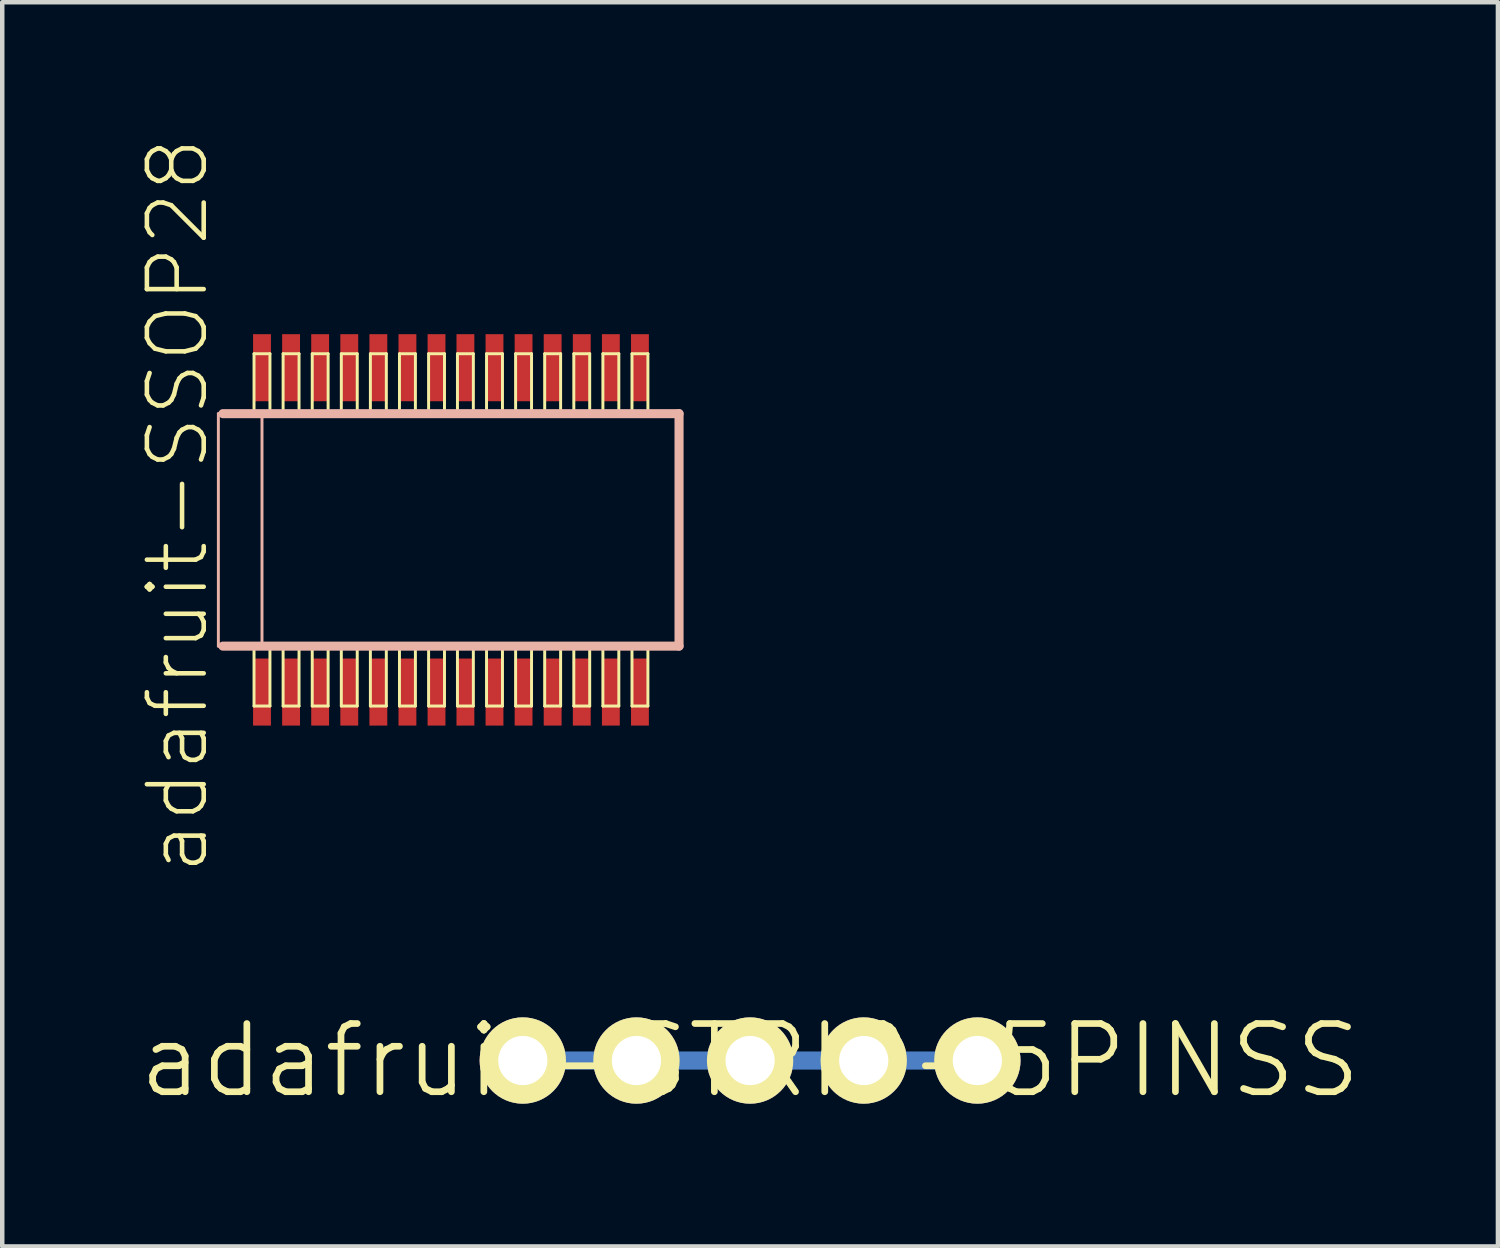
<source format=kicad_pcb>
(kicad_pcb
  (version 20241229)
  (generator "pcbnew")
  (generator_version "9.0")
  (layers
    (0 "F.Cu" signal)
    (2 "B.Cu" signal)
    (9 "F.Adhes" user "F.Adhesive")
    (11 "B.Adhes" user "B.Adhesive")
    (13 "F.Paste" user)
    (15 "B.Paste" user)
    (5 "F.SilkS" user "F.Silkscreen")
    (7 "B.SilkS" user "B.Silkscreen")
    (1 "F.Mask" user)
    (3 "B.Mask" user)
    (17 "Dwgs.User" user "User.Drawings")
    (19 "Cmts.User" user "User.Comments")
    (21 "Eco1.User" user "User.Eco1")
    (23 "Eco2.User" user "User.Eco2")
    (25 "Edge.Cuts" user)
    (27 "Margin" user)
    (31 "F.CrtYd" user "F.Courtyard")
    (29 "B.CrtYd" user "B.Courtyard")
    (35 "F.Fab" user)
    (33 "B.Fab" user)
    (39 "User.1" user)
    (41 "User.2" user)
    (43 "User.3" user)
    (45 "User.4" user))
  (footprint "adafruit-STRIP-5PINSS"
    (layer "F.Cu")
    (at 13.716 20.655)
    (property "Reference" "adafruit-STRIP-5PINSS" (at 0 0 0) (layer "F.SilkS") (effects (font (size 1.524 1.524) (thickness 0.15))))
    (attr exclude_from_pos_files exclude_from_bom)
    (fp_line (start -5.08 0) (end 5.08 0) (stroke (width 0.406) (type solid)) (layer "B.Cu"))
    (pad "P$1" thru_hole circle (at 0 0) (size 1.93 1.93) (drill 1.1) (layers "*.Cu" "F.Mask" "F.SilkS" "F.Paste"))
    (pad "P$2" thru_hole circle (at -2.54 0) (size 1.93 1.93) (drill 1.1) (layers "*.Cu" "F.Mask" "F.SilkS" "F.Paste"))
    (pad "P$3" thru_hole circle (at -5.08 0) (size 1.93 1.93) (drill 1.1) (layers "*.Cu" "F.Mask" "F.SilkS" "F.Paste"))
    (pad "P$4" thru_hole circle (at 5.08 0) (size 1.93 1.93) (drill 1.1) (layers "*.Cu" "F.Mask" "F.SilkS" "F.Paste"))
    (pad "P$5" thru_hole circle (at 2.54 0) (size 1.93 1.93) (drill 1.1) (layers "*.Cu" "F.Mask" "F.SilkS" "F.Paste")))
  (footprint "adafruit-SSOP28"
    (layer "F.Cu")
    (at 7.03 8.794)
    (property "Reference" "adafruit-SSOP28" (at -6.109 -0.544 90) (layer "F.SilkS") (effects (font (size 1.27 1.27) (thickness 0.102))))
    (attr smd)
    (fp_line (start -4.402 -3.937) (end -4.046 -3.937) (stroke (width 0.066) (type solid)) (layer "F.SilkS"))
    (fp_line (start -4.402 -2.642) (end -4.402 -3.937) (stroke (width 0.066) (type solid)) (layer "F.SilkS"))
    (fp_line (start -4.402 -2.642) (end -4.046 -2.642) (stroke (width 0.066) (type solid)) (layer "F.SilkS"))
    (fp_line (start -4.402 2.642) (end -4.046 2.642) (stroke (width 0.066) (type solid)) (layer "F.SilkS"))
    (fp_line (start -4.402 3.937) (end -4.402 2.642) (stroke (width 0.066) (type solid)) (layer "F.SilkS"))
    (fp_line (start -4.402 3.937) (end -4.046 3.937) (stroke (width 0.066) (type solid)) (layer "F.SilkS"))
    (fp_line (start -4.046 -2.642) (end -4.046 -3.937) (stroke (width 0.066) (type solid)) (layer "F.SilkS"))
    (fp_line (start -4.046 3.937) (end -4.046 2.642) (stroke (width 0.066) (type solid)) (layer "F.SilkS"))
    (fp_line (start -3.752 -3.937) (end -3.396 -3.937) (stroke (width 0.066) (type solid)) (layer "F.SilkS"))
    (fp_line (start -3.752 -2.642) (end -3.752 -3.937) (stroke (width 0.066) (type solid)) (layer "F.SilkS"))
    (fp_line (start -3.752 -2.642) (end -3.396 -2.642) (stroke (width 0.066) (type solid)) (layer "F.SilkS"))
    (fp_line (start -3.752 2.642) (end -3.396 2.642) (stroke (width 0.066) (type solid)) (layer "F.SilkS"))
    (fp_line (start -3.752 3.937) (end -3.752 2.642) (stroke (width 0.066) (type solid)) (layer "F.SilkS"))
    (fp_line (start -3.752 3.937) (end -3.396 3.937) (stroke (width 0.066) (type solid)) (layer "F.SilkS"))
    (fp_line (start -3.396 -2.642) (end -3.396 -3.937) (stroke (width 0.066) (type solid)) (layer "F.SilkS"))
    (fp_line (start -3.396 3.937) (end -3.396 2.642) (stroke (width 0.066) (type solid)) (layer "F.SilkS"))
    (fp_line (start -3.101 -3.937) (end -2.746 -3.937) (stroke (width 0.066) (type solid)) (layer "F.SilkS"))
    (fp_line (start -3.101 -2.642) (end -3.101 -3.937) (stroke (width 0.066) (type solid)) (layer "F.SilkS"))
    (fp_line (start -3.101 -2.642) (end -2.746 -2.642) (stroke (width 0.066) (type solid)) (layer "F.SilkS"))
    (fp_line (start -3.101 2.642) (end -2.746 2.642) (stroke (width 0.066) (type solid)) (layer "F.SilkS"))
    (fp_line (start -3.101 3.937) (end -3.101 2.642) (stroke (width 0.066) (type solid)) (layer "F.SilkS"))
    (fp_line (start -3.101 3.937) (end -2.746 3.937) (stroke (width 0.066) (type solid)) (layer "F.SilkS"))
    (fp_line (start -2.746 -2.642) (end -2.746 -3.937) (stroke (width 0.066) (type solid)) (layer "F.SilkS"))
    (fp_line (start -2.746 3.937) (end -2.746 2.642) (stroke (width 0.066) (type solid)) (layer "F.SilkS"))
    (fp_line (start -2.451 -3.937) (end -2.095 -3.937) (stroke (width 0.066) (type solid)) (layer "F.SilkS"))
    (fp_line (start -2.451 -2.642) (end -2.451 -3.937) (stroke (width 0.066) (type solid)) (layer "F.SilkS"))
    (fp_line (start -2.451 -2.642) (end -2.095 -2.642) (stroke (width 0.066) (type solid)) (layer "F.SilkS"))
    (fp_line (start -2.451 2.642) (end -2.095 2.642) (stroke (width 0.066) (type solid)) (layer "F.SilkS"))
    (fp_line (start -2.451 3.937) (end -2.451 2.642) (stroke (width 0.066) (type solid)) (layer "F.SilkS"))
    (fp_line (start -2.451 3.937) (end -2.095 3.937) (stroke (width 0.066) (type solid)) (layer "F.SilkS"))
    (fp_line (start -2.095 -2.642) (end -2.095 -3.937) (stroke (width 0.066) (type solid)) (layer "F.SilkS"))
    (fp_line (start -2.095 3.937) (end -2.095 2.642) (stroke (width 0.066) (type solid)) (layer "F.SilkS"))
    (fp_line (start -1.801 -3.937) (end -1.445 -3.937) (stroke (width 0.066) (type solid)) (layer "F.SilkS"))
    (fp_line (start -1.801 -2.642) (end -1.801 -3.937) (stroke (width 0.066) (type solid)) (layer "F.SilkS"))
    (fp_line (start -1.801 -2.642) (end -1.445 -2.642) (stroke (width 0.066) (type solid)) (layer "F.SilkS"))
    (fp_line (start -1.801 2.642) (end -1.445 2.642) (stroke (width 0.066) (type solid)) (layer "F.SilkS"))
    (fp_line (start -1.801 3.937) (end -1.801 2.642) (stroke (width 0.066) (type solid)) (layer "F.SilkS"))
    (fp_line (start -1.801 3.937) (end -1.445 3.937) (stroke (width 0.066) (type solid)) (layer "F.SilkS"))
    (fp_line (start -1.445 -2.642) (end -1.445 -3.937) (stroke (width 0.066) (type solid)) (layer "F.SilkS"))
    (fp_line (start -1.445 3.937) (end -1.445 2.642) (stroke (width 0.066) (type solid)) (layer "F.SilkS"))
    (fp_line (start -1.151 -3.937) (end -0.795 -3.937) (stroke (width 0.066) (type solid)) (layer "F.SilkS"))
    (fp_line (start -1.151 -2.642) (end -1.151 -3.937) (stroke (width 0.066) (type solid)) (layer "F.SilkS"))
    (fp_line (start -1.151 -2.642) (end -0.795 -2.642) (stroke (width 0.066) (type solid)) (layer "F.SilkS"))
    (fp_line (start -1.151 2.642) (end -0.795 2.642) (stroke (width 0.066) (type solid)) (layer "F.SilkS"))
    (fp_line (start -1.151 3.937) (end -1.151 2.642) (stroke (width 0.066) (type solid)) (layer "F.SilkS"))
    (fp_line (start -1.151 3.937) (end -0.795 3.937) (stroke (width 0.066) (type solid)) (layer "F.SilkS"))
    (fp_line (start -0.795 -2.642) (end -0.795 -3.937) (stroke (width 0.066) (type solid)) (layer "F.SilkS"))
    (fp_line (start -0.795 3.937) (end -0.795 2.642) (stroke (width 0.066) (type solid)) (layer "F.SilkS"))
    (fp_line (start -0.5 -3.937) (end -0.145 -3.937) (stroke (width 0.066) (type solid)) (layer "F.SilkS"))
    (fp_line (start -0.5 -2.642) (end -0.5 -3.937) (stroke (width 0.066) (type solid)) (layer "F.SilkS"))
    (fp_line (start -0.5 -2.642) (end -0.145 -2.642) (stroke (width 0.066) (type solid)) (layer "F.SilkS"))
    (fp_line (start -0.5 2.642) (end -0.145 2.642) (stroke (width 0.066) (type solid)) (layer "F.SilkS"))
    (fp_line (start -0.5 3.937) (end -0.5 2.642) (stroke (width 0.066) (type solid)) (layer "F.SilkS"))
    (fp_line (start -0.5 3.937) (end -0.145 3.937) (stroke (width 0.066) (type solid)) (layer "F.SilkS"))
    (fp_line (start -0.145 -2.642) (end -0.145 -3.937) (stroke (width 0.066) (type solid)) (layer "F.SilkS"))
    (fp_line (start -0.145 3.937) (end -0.145 2.642) (stroke (width 0.066) (type solid)) (layer "F.SilkS"))
    (fp_line (start 0.145 -3.937) (end 0.5 -3.937) (stroke (width 0.066) (type solid)) (layer "F.SilkS"))
    (fp_line (start 0.145 -2.642) (end 0.145 -3.937) (stroke (width 0.066) (type solid)) (layer "F.SilkS"))
    (fp_line (start 0.145 -2.642) (end 0.5 -2.642) (stroke (width 0.066) (type solid)) (layer "F.SilkS"))
    (fp_line (start 0.145 2.642) (end 0.5 2.642) (stroke (width 0.066) (type solid)) (layer "F.SilkS"))
    (fp_line (start 0.145 3.937) (end 0.145 2.642) (stroke (width 0.066) (type solid)) (layer "F.SilkS"))
    (fp_line (start 0.145 3.937) (end 0.5 3.937) (stroke (width 0.066) (type solid)) (layer "F.SilkS"))
    (fp_line (start 0.5 -2.642) (end 0.5 -3.937) (stroke (width 0.066) (type solid)) (layer "F.SilkS"))
    (fp_line (start 0.5 3.937) (end 0.5 2.642) (stroke (width 0.066) (type solid)) (layer "F.SilkS"))
    (fp_line (start 0.795 -3.937) (end 1.151 -3.937) (stroke (width 0.066) (type solid)) (layer "F.SilkS"))
    (fp_line (start 0.795 -2.642) (end 0.795 -3.937) (stroke (width 0.066) (type solid)) (layer "F.SilkS"))
    (fp_line (start 0.795 -2.642) (end 1.151 -2.642) (stroke (width 0.066) (type solid)) (layer "F.SilkS"))
    (fp_line (start 0.795 2.642) (end 1.151 2.642) (stroke (width 0.066) (type solid)) (layer "F.SilkS"))
    (fp_line (start 0.795 3.937) (end 0.795 2.642) (stroke (width 0.066) (type solid)) (layer "F.SilkS"))
    (fp_line (start 0.795 3.937) (end 1.151 3.937) (stroke (width 0.066) (type solid)) (layer "F.SilkS"))
    (fp_line (start 1.151 -2.642) (end 1.151 -3.937) (stroke (width 0.066) (type solid)) (layer "F.SilkS"))
    (fp_line (start 1.151 3.937) (end 1.151 2.642) (stroke (width 0.066) (type solid)) (layer "F.SilkS"))
    (fp_line (start 1.445 -3.937) (end 1.801 -3.937) (stroke (width 0.066) (type solid)) (layer "F.SilkS"))
    (fp_line (start 1.445 -2.642) (end 1.445 -3.937) (stroke (width 0.066) (type solid)) (layer "F.SilkS"))
    (fp_line (start 1.445 -2.642) (end 1.801 -2.642) (stroke (width 0.066) (type solid)) (layer "F.SilkS"))
    (fp_line (start 1.445 2.642) (end 1.801 2.642) (stroke (width 0.066) (type solid)) (layer "F.SilkS"))
    (fp_line (start 1.445 3.937) (end 1.445 2.642) (stroke (width 0.066) (type solid)) (layer "F.SilkS"))
    (fp_line (start 1.445 3.937) (end 1.801 3.937) (stroke (width 0.066) (type solid)) (layer "F.SilkS"))
    (fp_line (start 1.801 -2.642) (end 1.801 -3.937) (stroke (width 0.066) (type solid)) (layer "F.SilkS"))
    (fp_line (start 1.801 3.937) (end 1.801 2.642) (stroke (width 0.066) (type solid)) (layer "F.SilkS"))
    (fp_line (start 2.095 -3.937) (end 2.451 -3.937) (stroke (width 0.066) (type solid)) (layer "F.SilkS"))
    (fp_line (start 2.095 -2.642) (end 2.095 -3.937) (stroke (width 0.066) (type solid)) (layer "F.SilkS"))
    (fp_line (start 2.095 -2.642) (end 2.451 -2.642) (stroke (width 0.066) (type solid)) (layer "F.SilkS"))
    (fp_line (start 2.095 2.642) (end 2.451 2.642) (stroke (width 0.066) (type solid)) (layer "F.SilkS"))
    (fp_line (start 2.095 3.937) (end 2.095 2.642) (stroke (width 0.066) (type solid)) (layer "F.SilkS"))
    (fp_line (start 2.095 3.937) (end 2.451 3.937) (stroke (width 0.066) (type solid)) (layer "F.SilkS"))
    (fp_line (start 2.451 -2.642) (end 2.451 -3.937) (stroke (width 0.066) (type solid)) (layer "F.SilkS"))
    (fp_line (start 2.451 3.937) (end 2.451 2.642) (stroke (width 0.066) (type solid)) (layer "F.SilkS"))
    (fp_line (start 2.746 -3.937) (end 3.101 -3.937) (stroke (width 0.066) (type solid)) (layer "F.SilkS"))
    (fp_line (start 2.746 -2.642) (end 2.746 -3.937) (stroke (width 0.066) (type solid)) (layer "F.SilkS"))
    (fp_line (start 2.746 -2.642) (end 3.101 -2.642) (stroke (width 0.066) (type solid)) (layer "F.SilkS"))
    (fp_line (start 2.746 2.642) (end 3.101 2.642) (stroke (width 0.066) (type solid)) (layer "F.SilkS"))
    (fp_line (start 2.746 3.937) (end 2.746 2.642) (stroke (width 0.066) (type solid)) (layer "F.SilkS"))
    (fp_line (start 2.746 3.937) (end 3.101 3.937) (stroke (width 0.066) (type solid)) (layer "F.SilkS"))
    (fp_line (start 3.101 -2.642) (end 3.101 -3.937) (stroke (width 0.066) (type solid)) (layer "F.SilkS"))
    (fp_line (start 3.101 3.937) (end 3.101 2.642) (stroke (width 0.066) (type solid)) (layer "F.SilkS"))
    (fp_line (start 3.396 -3.937) (end 3.752 -3.937) (stroke (width 0.066) (type solid)) (layer "F.SilkS"))
    (fp_line (start 3.396 -2.642) (end 3.396 -3.937) (stroke (width 0.066) (type solid)) (layer "F.SilkS"))
    (fp_line (start 3.396 -2.642) (end 3.752 -2.642) (stroke (width 0.066) (type solid)) (layer "F.SilkS"))
    (fp_line (start 3.396 2.642) (end 3.752 2.642) (stroke (width 0.066) (type solid)) (layer "F.SilkS"))
    (fp_line (start 3.396 3.937) (end 3.396 2.642) (stroke (width 0.066) (type solid)) (layer "F.SilkS"))
    (fp_line (start 3.396 3.937) (end 3.752 3.937) (stroke (width 0.066) (type solid)) (layer "F.SilkS"))
    (fp_line (start 3.752 -2.642) (end 3.752 -3.937) (stroke (width 0.066) (type solid)) (layer "F.SilkS"))
    (fp_line (start 3.752 3.937) (end 3.752 2.642) (stroke (width 0.066) (type solid)) (layer "F.SilkS"))
    (fp_line (start 4.046 -3.937) (end 4.402 -3.937) (stroke (width 0.066) (type solid)) (layer "F.SilkS"))
    (fp_line (start 4.046 -2.642) (end 4.046 -3.937) (stroke (width 0.066) (type solid)) (layer "F.SilkS"))
    (fp_line (start 4.046 -2.642) (end 4.402 -2.642) (stroke (width 0.066) (type solid)) (layer "F.SilkS"))
    (fp_line (start 4.046 2.642) (end 4.402 2.642) (stroke (width 0.066) (type solid)) (layer "F.SilkS"))
    (fp_line (start 4.046 3.937) (end 4.046 2.642) (stroke (width 0.066) (type solid)) (layer "F.SilkS"))
    (fp_line (start 4.046 3.937) (end 4.402 3.937) (stroke (width 0.066) (type solid)) (layer "F.SilkS"))
    (fp_line (start 4.402 -2.642) (end 4.402 -3.937) (stroke (width 0.066) (type solid)) (layer "F.SilkS"))
    (fp_line (start 4.402 3.937) (end 4.402 2.642) (stroke (width 0.066) (type solid)) (layer "F.SilkS"))
    (fp_line (start -5.199 -2.598) (end -4.224 -2.598) (stroke (width 0.066) (type solid)) (layer "B.SilkS"))
    (fp_line (start -5.199 2.598) (end -5.199 -2.598) (stroke (width 0.066) (type solid)) (layer "B.SilkS"))
    (fp_line (start -5.199 2.598) (end -4.224 2.598) (stroke (width 0.066) (type solid)) (layer "B.SilkS"))
    (fp_line (start -5.098 2.598) (end 5.098 2.598) (stroke (width 0.203) (type solid)) (layer "B.SilkS"))
    (fp_line (start -4.224 2.598) (end -4.224 -2.598) (stroke (width 0.066) (type solid)) (layer "B.SilkS"))
    (fp_line (start 5.098 -2.598) (end -5.098 -2.598) (stroke (width 0.203) (type solid)) (layer "B.SilkS"))
    (fp_line (start 5.098 2.598) (end 5.098 -2.598) (stroke (width 0.203) (type solid)) (layer "B.SilkS"))
    (pad "1" smd rect (at -4.224 3.625) (size 0.399 1.499) (layers "F.Cu" "F.Mask" "F.Paste"))
    (pad "2" smd rect (at -3.574 3.625) (size 0.399 1.499) (layers "F.Cu" "F.Mask" "F.Paste"))
    (pad "3" smd rect (at -2.924 3.625) (size 0.399 1.499) (layers "F.Cu" "F.Mask" "F.Paste"))
    (pad "4" smd rect (at -2.273 3.625) (size 0.399 1.499) (layers "F.Cu" "F.Mask" "F.Paste"))
    (pad "5" smd rect (at -1.623 3.625) (size 0.399 1.499) (layers "F.Cu" "F.Mask" "F.Paste"))
    (pad "6" smd rect (at -0.973 3.625) (size 0.399 1.499) (layers "F.Cu" "F.Mask" "F.Paste"))
    (pad "7" smd rect (at -0.323 3.625) (size 0.399 1.499) (layers "F.Cu" "F.Mask" "F.Paste"))
    (pad "8" smd rect (at 0.323 3.625) (size 0.399 1.499) (layers "F.Cu" "F.Mask" "F.Paste"))
    (pad "9" smd rect (at 0.973 3.625) (size 0.399 1.499) (layers "F.Cu" "F.Mask" "F.Paste"))
    (pad "10" smd rect (at 1.623 3.625) (size 0.399 1.499) (layers "F.Cu" "F.Mask" "F.Paste"))
    (pad "11" smd rect (at 2.273 3.625) (size 0.399 1.499) (layers "F.Cu" "F.Mask" "F.Paste"))
    (pad "12" smd rect (at 2.924 3.625) (size 0.399 1.499) (layers "F.Cu" "F.Mask" "F.Paste"))
    (pad "13" smd rect (at 3.574 3.625) (size 0.399 1.499) (layers "F.Cu" "F.Mask" "F.Paste"))
    (pad "14" smd rect (at 4.224 3.625) (size 0.399 1.499) (layers "F.Cu" "F.Mask" "F.Paste"))
    (pad "15" smd rect (at 4.224 -3.625) (size 0.399 1.499) (layers "F.Cu" "F.Mask" "F.Paste"))
    (pad "16" smd rect (at 3.574 -3.625) (size 0.399 1.499) (layers "F.Cu" "F.Mask" "F.Paste"))
    (pad "17" smd rect (at 2.924 -3.625) (size 0.399 1.499) (layers "F.Cu" "F.Mask" "F.Paste"))
    (pad "18" smd rect (at 2.273 -3.625) (size 0.399 1.499) (layers "F.Cu" "F.Mask" "F.Paste"))
    (pad "19" smd rect (at 1.623 -3.625) (size 0.399 1.499) (layers "F.Cu" "F.Mask" "F.Paste"))
    (pad "20" smd rect (at 0.973 -3.625) (size 0.399 1.499) (layers "F.Cu" "F.Mask" "F.Paste"))
    (pad "21" smd rect (at 0.323 -3.625) (size 0.399 1.499) (layers "F.Cu" "F.Mask" "F.Paste"))
    (pad "22" smd rect (at -0.323 -3.625) (size 0.399 1.499) (layers "F.Cu" "F.Mask" "F.Paste"))
    (pad "23" smd rect (at -0.973 -3.625) (size 0.399 1.499) (layers "F.Cu" "F.Mask" "F.Paste"))
    (pad "24" smd rect (at -1.623 -3.625) (size 0.399 1.499) (layers "F.Cu" "F.Mask" "F.Paste"))
    (pad "25" smd rect (at -2.273 -3.625) (size 0.399 1.499) (layers "F.Cu" "F.Mask" "F.Paste"))
    (pad "26" smd rect (at -2.924 -3.625) (size 0.399 1.499) (layers "F.Cu" "F.Mask" "F.Paste"))
    (pad "27" smd rect (at -3.574 -3.625) (size 0.399 1.499) (layers "F.Cu" "F.Mask" "F.Paste"))
    (pad "28" smd rect (at -4.224 -3.625) (size 0.399 1.499) (layers "F.Cu" "F.Mask" "F.Paste")))
  (gr_rect
    (start -3 -3)
    (end 30.432 24.81)
    (stroke (width 0.1) (type default))
    (fill no)
    (layer "Edge.Cuts")))
</source>
